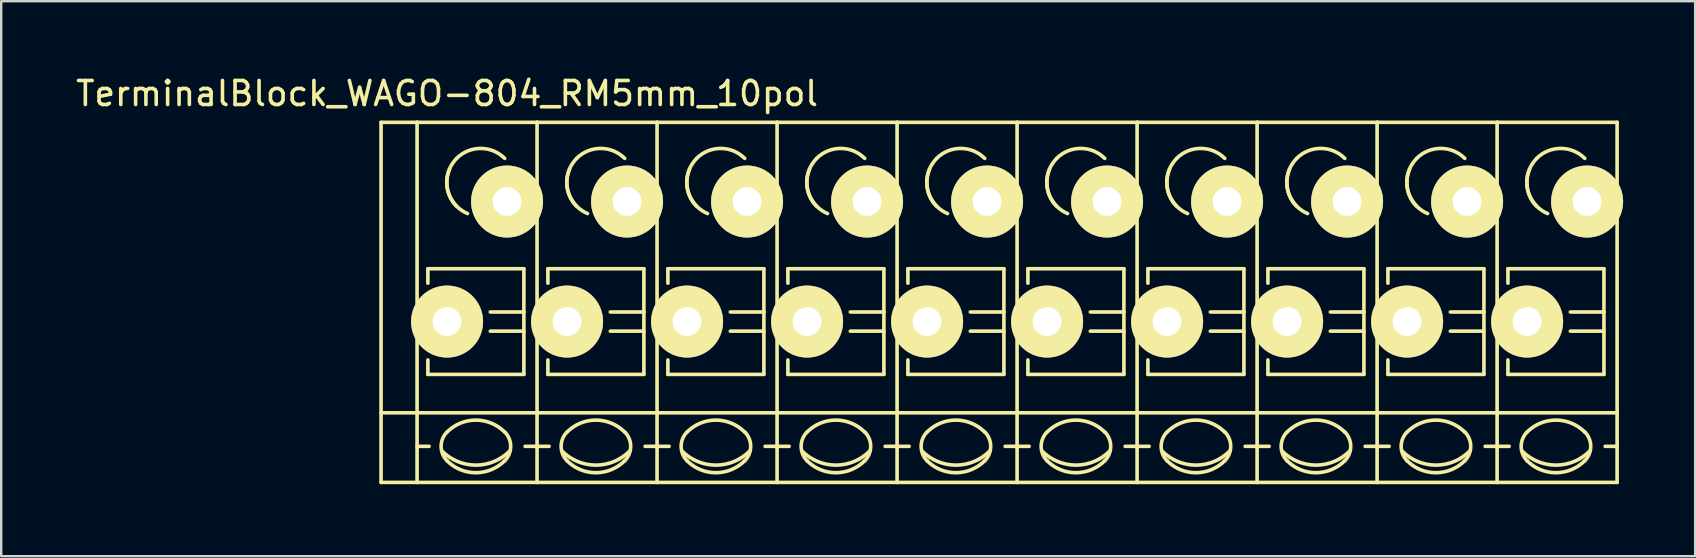
<source format=kicad_pcb>
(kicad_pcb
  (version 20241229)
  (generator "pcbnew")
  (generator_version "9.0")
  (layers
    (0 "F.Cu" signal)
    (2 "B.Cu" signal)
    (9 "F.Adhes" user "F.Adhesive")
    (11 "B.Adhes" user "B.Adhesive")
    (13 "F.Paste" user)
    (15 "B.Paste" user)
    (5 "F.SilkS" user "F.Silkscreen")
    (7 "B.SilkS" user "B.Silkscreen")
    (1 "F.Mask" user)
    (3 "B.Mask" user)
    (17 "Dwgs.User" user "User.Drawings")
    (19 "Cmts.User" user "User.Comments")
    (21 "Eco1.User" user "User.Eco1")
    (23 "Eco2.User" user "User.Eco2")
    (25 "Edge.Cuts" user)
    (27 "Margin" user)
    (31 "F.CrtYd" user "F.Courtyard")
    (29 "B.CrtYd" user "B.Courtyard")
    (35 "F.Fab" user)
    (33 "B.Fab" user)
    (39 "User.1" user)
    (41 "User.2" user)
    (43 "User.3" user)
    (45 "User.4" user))
  (footprint "TerminalBlock_WAGO-804_RM5mm_10pol"
    (layer "F.Cu")
    (at 15.577 10.348)
    (property "Reference" "TerminalBlock_WAGO-804_RM5mm_10pol" (at 0 -9.5 0) (layer "F.SilkS") (effects (font (size 1 1) (thickness 0.15))))
    (attr through_hole)
    (fp_line (start -2.75 -8.3) (end -1.25 -8.3) (stroke (width 0.15) (type solid)) (layer "F.SilkS"))
    (fp_line (start -2.75 6.7) (end -2.75 -8.3) (stroke (width 0.15) (type solid)) (layer "F.SilkS"))
    (fp_line (start -1.25 6.7) (end -2.75 6.7) (stroke (width 0.15) (type solid)) (layer "F.SilkS"))
    (fp_line (start -1.25 5.199) (end -0.749 5.199) (stroke (width 0.15) (type solid)) (layer "F.SilkS"))
    (fp_line (start -1.25 6.701) (end -1.25 -8.301) (stroke (width 0.15) (type solid)) (layer "F.SilkS"))
    (fp_line (start -0.8 -2.2) (end -0.8 -1.6) (stroke (width 0.15) (type solid)) (layer "F.SilkS"))
    (fp_line (start -0.8 -2.2) (end 3.2 -2.2) (stroke (width 0.15) (type solid)) (layer "F.SilkS"))
    (fp_line (start -0.8 2.2) (end -0.8 1.6) (stroke (width 0.15) (type solid)) (layer "F.SilkS"))
    (fp_line (start 3.2 -2.2) (end 3.2 2.2) (stroke (width 0.15) (type solid)) (layer "F.SilkS"))
    (fp_line (start 3.2 -0.399) (end 1.801 -0.399) (stroke (width 0.15) (type solid)) (layer "F.SilkS"))
    (fp_line (start 3.2 0.399) (end 1.801 0.399) (stroke (width 0.15) (type solid)) (layer "F.SilkS"))
    (fp_line (start 3.2 2.2) (end -0.8 2.2) (stroke (width 0.15) (type solid)) (layer "F.SilkS"))
    (fp_line (start 3.749 -8.301) (end -1.25 -8.301) (stroke (width 0.15) (type solid)) (layer "F.SilkS"))
    (fp_line (start 3.749 -8.301) (end 3.749 6.701) (stroke (width 0.15) (type solid)) (layer "F.SilkS"))
    (fp_line (start 3.749 5.199) (end 3.251 5.199) (stroke (width 0.15) (type solid)) (layer "F.SilkS"))
    (fp_line (start 3.749 6.701) (end -1.25 6.701) (stroke (width 0.15) (type solid)) (layer "F.SilkS"))
    (fp_line (start 3.75 3.8) (end -2.75 3.8) (stroke (width 0.15) (type solid)) (layer "F.SilkS"))
    (fp_line (start 3.75 3.8) (end 8.75 3.8) (stroke (width 0.15) (type solid)) (layer "F.SilkS"))
    (fp_line (start 3.75 5.199) (end 4.251 5.199) (stroke (width 0.15) (type solid)) (layer "F.SilkS"))
    (fp_line (start 4.2 -2.2) (end 4.2 -1.6) (stroke (width 0.15) (type solid)) (layer "F.SilkS"))
    (fp_line (start 4.2 -2.2) (end 8.2 -2.2) (stroke (width 0.15) (type solid)) (layer "F.SilkS"))
    (fp_line (start 4.2 2.2) (end 4.2 1.6) (stroke (width 0.15) (type solid)) (layer "F.SilkS"))
    (fp_line (start 8.2 -2.2) (end 8.2 2.2) (stroke (width 0.15) (type solid)) (layer "F.SilkS"))
    (fp_line (start 8.2 -0.399) (end 6.801 -0.399) (stroke (width 0.15) (type solid)) (layer "F.SilkS"))
    (fp_line (start 8.2 0.399) (end 6.801 0.399) (stroke (width 0.15) (type solid)) (layer "F.SilkS"))
    (fp_line (start 8.2 2.2) (end 4.2 2.2) (stroke (width 0.15) (type solid)) (layer "F.SilkS"))
    (fp_line (start 8.749 -8.301) (end 3.75 -8.301) (stroke (width 0.15) (type solid)) (layer "F.SilkS"))
    (fp_line (start 8.749 -8.301) (end 8.749 6.701) (stroke (width 0.15) (type solid)) (layer "F.SilkS"))
    (fp_line (start 8.749 5.199) (end 8.251 5.199) (stroke (width 0.15) (type solid)) (layer "F.SilkS"))
    (fp_line (start 8.749 6.701) (end 3.75 6.701) (stroke (width 0.15) (type solid)) (layer "F.SilkS"))
    (fp_line (start 8.75 3.8) (end 13.75 3.8) (stroke (width 0.15) (type solid)) (layer "F.SilkS"))
    (fp_line (start 8.75 5.199) (end 9.251 5.199) (stroke (width 0.15) (type solid)) (layer "F.SilkS"))
    (fp_line (start 9.2 -2.2) (end 9.2 -1.6) (stroke (width 0.15) (type solid)) (layer "F.SilkS"))
    (fp_line (start 9.2 -2.2) (end 13.2 -2.2) (stroke (width 0.15) (type solid)) (layer "F.SilkS"))
    (fp_line (start 9.2 2.2) (end 9.2 1.6) (stroke (width 0.15) (type solid)) (layer "F.SilkS"))
    (fp_line (start 13.2 -2.2) (end 13.2 2.2) (stroke (width 0.15) (type solid)) (layer "F.SilkS"))
    (fp_line (start 13.2 -0.399) (end 11.801 -0.399) (stroke (width 0.15) (type solid)) (layer "F.SilkS"))
    (fp_line (start 13.2 0.399) (end 11.801 0.399) (stroke (width 0.15) (type solid)) (layer "F.SilkS"))
    (fp_line (start 13.2 2.2) (end 9.2 2.2) (stroke (width 0.15) (type solid)) (layer "F.SilkS"))
    (fp_line (start 13.749 -8.301) (end 8.75 -8.301) (stroke (width 0.15) (type solid)) (layer "F.SilkS"))
    (fp_line (start 13.749 -8.301) (end 13.749 6.701) (stroke (width 0.15) (type solid)) (layer "F.SilkS"))
    (fp_line (start 13.749 5.199) (end 13.251 5.199) (stroke (width 0.15) (type solid)) (layer "F.SilkS"))
    (fp_line (start 13.749 6.701) (end 8.75 6.701) (stroke (width 0.15) (type solid)) (layer "F.SilkS"))
    (fp_line (start 13.75 3.8) (end 18.75 3.8) (stroke (width 0.15) (type solid)) (layer "F.SilkS"))
    (fp_line (start 13.75 5.199) (end 14.251 5.199) (stroke (width 0.15) (type solid)) (layer "F.SilkS"))
    (fp_line (start 14.2 -2.2) (end 14.2 -1.6) (stroke (width 0.15) (type solid)) (layer "F.SilkS"))
    (fp_line (start 14.2 -2.2) (end 18.2 -2.2) (stroke (width 0.15) (type solid)) (layer "F.SilkS"))
    (fp_line (start 14.2 2.2) (end 14.2 1.6) (stroke (width 0.15) (type solid)) (layer "F.SilkS"))
    (fp_line (start 18.2 -2.2) (end 18.2 2.2) (stroke (width 0.15) (type solid)) (layer "F.SilkS"))
    (fp_line (start 18.2 -0.399) (end 16.801 -0.399) (stroke (width 0.15) (type solid)) (layer "F.SilkS"))
    (fp_line (start 18.2 0.399) (end 16.801 0.399) (stroke (width 0.15) (type solid)) (layer "F.SilkS"))
    (fp_line (start 18.2 2.2) (end 14.2 2.2) (stroke (width 0.15) (type solid)) (layer "F.SilkS"))
    (fp_line (start 18.749 -8.301) (end 13.75 -8.301) (stroke (width 0.15) (type solid)) (layer "F.SilkS"))
    (fp_line (start 18.749 -8.301) (end 18.749 6.701) (stroke (width 0.15) (type solid)) (layer "F.SilkS"))
    (fp_line (start 18.749 5.199) (end 18.251 5.199) (stroke (width 0.15) (type solid)) (layer "F.SilkS"))
    (fp_line (start 18.749 6.701) (end 13.75 6.701) (stroke (width 0.15) (type solid)) (layer "F.SilkS"))
    (fp_line (start 18.75 3.8) (end 23.75 3.8) (stroke (width 0.15) (type solid)) (layer "F.SilkS"))
    (fp_line (start 18.75 5.199) (end 19.251 5.199) (stroke (width 0.15) (type solid)) (layer "F.SilkS"))
    (fp_line (start 19.2 -2.2) (end 19.2 -1.6) (stroke (width 0.15) (type solid)) (layer "F.SilkS"))
    (fp_line (start 19.2 -2.2) (end 23.2 -2.2) (stroke (width 0.15) (type solid)) (layer "F.SilkS"))
    (fp_line (start 19.2 2.2) (end 19.2 1.6) (stroke (width 0.15) (type solid)) (layer "F.SilkS"))
    (fp_line (start 23.2 -2.2) (end 23.2 2.2) (stroke (width 0.15) (type solid)) (layer "F.SilkS"))
    (fp_line (start 23.2 -0.399) (end 21.801 -0.399) (stroke (width 0.15) (type solid)) (layer "F.SilkS"))
    (fp_line (start 23.2 0.399) (end 21.801 0.399) (stroke (width 0.15) (type solid)) (layer "F.SilkS"))
    (fp_line (start 23.2 2.2) (end 19.2 2.2) (stroke (width 0.15) (type solid)) (layer "F.SilkS"))
    (fp_line (start 23.749 -8.301) (end 18.75 -8.301) (stroke (width 0.15) (type solid)) (layer "F.SilkS"))
    (fp_line (start 23.749 -8.301) (end 23.749 6.701) (stroke (width 0.15) (type solid)) (layer "F.SilkS"))
    (fp_line (start 23.749 5.199) (end 23.251 5.199) (stroke (width 0.15) (type solid)) (layer "F.SilkS"))
    (fp_line (start 23.749 6.701) (end 18.75 6.701) (stroke (width 0.15) (type solid)) (layer "F.SilkS"))
    (fp_line (start 23.75 3.8) (end 28.75 3.8) (stroke (width 0.15) (type solid)) (layer "F.SilkS"))
    (fp_line (start 23.75 5.199) (end 24.251 5.199) (stroke (width 0.15) (type solid)) (layer "F.SilkS"))
    (fp_line (start 24.2 -2.2) (end 24.2 -1.6) (stroke (width 0.15) (type solid)) (layer "F.SilkS"))
    (fp_line (start 24.2 -2.2) (end 28.2 -2.2) (stroke (width 0.15) (type solid)) (layer "F.SilkS"))
    (fp_line (start 24.2 2.2) (end 24.2 1.6) (stroke (width 0.15) (type solid)) (layer "F.SilkS"))
    (fp_line (start 28.2 -2.2) (end 28.2 2.2) (stroke (width 0.15) (type solid)) (layer "F.SilkS"))
    (fp_line (start 28.2 -0.399) (end 26.801 -0.399) (stroke (width 0.15) (type solid)) (layer "F.SilkS"))
    (fp_line (start 28.2 0.399) (end 26.801 0.399) (stroke (width 0.15) (type solid)) (layer "F.SilkS"))
    (fp_line (start 28.2 2.2) (end 24.2 2.2) (stroke (width 0.15) (type solid)) (layer "F.SilkS"))
    (fp_line (start 28.749 -8.301) (end 23.75 -8.301) (stroke (width 0.15) (type solid)) (layer "F.SilkS"))
    (fp_line (start 28.749 -8.301) (end 28.749 6.701) (stroke (width 0.15) (type solid)) (layer "F.SilkS"))
    (fp_line (start 28.749 5.199) (end 28.251 5.199) (stroke (width 0.15) (type solid)) (layer "F.SilkS"))
    (fp_line (start 28.749 6.701) (end 23.75 6.701) (stroke (width 0.15) (type solid)) (layer "F.SilkS"))
    (fp_line (start 28.75 3.8) (end 33.75 3.8) (stroke (width 0.15) (type solid)) (layer "F.SilkS"))
    (fp_line (start 28.75 5.199) (end 29.251 5.199) (stroke (width 0.15) (type solid)) (layer "F.SilkS"))
    (fp_line (start 29.2 -2.2) (end 29.2 -1.6) (stroke (width 0.15) (type solid)) (layer "F.SilkS"))
    (fp_line (start 29.2 -2.2) (end 33.2 -2.2) (stroke (width 0.15) (type solid)) (layer "F.SilkS"))
    (fp_line (start 29.2 2.2) (end 29.2 1.6) (stroke (width 0.15) (type solid)) (layer "F.SilkS"))
    (fp_line (start 33.2 -2.2) (end 33.2 2.2) (stroke (width 0.15) (type solid)) (layer "F.SilkS"))
    (fp_line (start 33.2 -0.399) (end 31.801 -0.399) (stroke (width 0.15) (type solid)) (layer "F.SilkS"))
    (fp_line (start 33.2 0.399) (end 31.801 0.399) (stroke (width 0.15) (type solid)) (layer "F.SilkS"))
    (fp_line (start 33.2 2.2) (end 29.2 2.2) (stroke (width 0.15) (type solid)) (layer "F.SilkS"))
    (fp_line (start 33.749 -8.301) (end 28.75 -8.301) (stroke (width 0.15) (type solid)) (layer "F.SilkS"))
    (fp_line (start 33.749 -8.301) (end 33.749 6.701) (stroke (width 0.15) (type solid)) (layer "F.SilkS"))
    (fp_line (start 33.749 5.199) (end 33.251 5.199) (stroke (width 0.15) (type solid)) (layer "F.SilkS"))
    (fp_line (start 33.749 6.701) (end 28.75 6.701) (stroke (width 0.15) (type solid)) (layer "F.SilkS"))
    (fp_line (start 33.75 3.8) (end 38.75 3.8) (stroke (width 0.15) (type solid)) (layer "F.SilkS"))
    (fp_line (start 33.75 5.199) (end 34.251 5.199) (stroke (width 0.15) (type solid)) (layer "F.SilkS"))
    (fp_line (start 34.2 -2.2) (end 34.2 -1.6) (stroke (width 0.15) (type solid)) (layer "F.SilkS"))
    (fp_line (start 34.2 -2.2) (end 38.2 -2.2) (stroke (width 0.15) (type solid)) (layer "F.SilkS"))
    (fp_line (start 34.2 2.2) (end 34.2 1.6) (stroke (width 0.15) (type solid)) (layer "F.SilkS"))
    (fp_line (start 38.2 -2.2) (end 38.2 2.2) (stroke (width 0.15) (type solid)) (layer "F.SilkS"))
    (fp_line (start 38.2 -0.399) (end 36.801 -0.399) (stroke (width 0.15) (type solid)) (layer "F.SilkS"))
    (fp_line (start 38.2 0.399) (end 36.801 0.399) (stroke (width 0.15) (type solid)) (layer "F.SilkS"))
    (fp_line (start 38.2 2.2) (end 34.2 2.2) (stroke (width 0.15) (type solid)) (layer "F.SilkS"))
    (fp_line (start 38.749 -8.301) (end 33.75 -8.301) (stroke (width 0.15) (type solid)) (layer "F.SilkS"))
    (fp_line (start 38.749 -8.301) (end 38.749 6.701) (stroke (width 0.15) (type solid)) (layer "F.SilkS"))
    (fp_line (start 38.749 5.199) (end 38.251 5.199) (stroke (width 0.15) (type solid)) (layer "F.SilkS"))
    (fp_line (start 38.749 6.701) (end 33.75 6.701) (stroke (width 0.15) (type solid)) (layer "F.SilkS"))
    (fp_line (start 38.75 3.8) (end 43.75 3.8) (stroke (width 0.15) (type solid)) (layer "F.SilkS"))
    (fp_line (start 38.75 5.199) (end 39.251 5.199) (stroke (width 0.15) (type solid)) (layer "F.SilkS"))
    (fp_line (start 39.2 -2.2) (end 39.2 -1.6) (stroke (width 0.15) (type solid)) (layer "F.SilkS"))
    (fp_line (start 39.2 -2.2) (end 43.2 -2.2) (stroke (width 0.15) (type solid)) (layer "F.SilkS"))
    (fp_line (start 39.2 2.2) (end 39.2 1.6) (stroke (width 0.15) (type solid)) (layer "F.SilkS"))
    (fp_line (start 43.2 -2.2) (end 43.2 2.2) (stroke (width 0.15) (type solid)) (layer "F.SilkS"))
    (fp_line (start 43.2 -0.399) (end 41.801 -0.399) (stroke (width 0.15) (type solid)) (layer "F.SilkS"))
    (fp_line (start 43.2 0.399) (end 41.801 0.399) (stroke (width 0.15) (type solid)) (layer "F.SilkS"))
    (fp_line (start 43.2 2.2) (end 39.2 2.2) (stroke (width 0.15) (type solid)) (layer "F.SilkS"))
    (fp_line (start 43.749 -8.301) (end 38.75 -8.301) (stroke (width 0.15) (type solid)) (layer "F.SilkS"))
    (fp_line (start 43.749 -8.301) (end 43.749 6.701) (stroke (width 0.15) (type solid)) (layer "F.SilkS"))
    (fp_line (start 43.749 5.199) (end 43.251 5.199) (stroke (width 0.15) (type solid)) (layer "F.SilkS"))
    (fp_line (start 43.749 6.701) (end 38.75 6.701) (stroke (width 0.15) (type solid)) (layer "F.SilkS"))
    (fp_line (start 43.75 3.8) (end 48.75 3.8) (stroke (width 0.15) (type solid)) (layer "F.SilkS"))
    (fp_line (start 43.75 5.199) (end 44.251 5.199) (stroke (width 0.15) (type solid)) (layer "F.SilkS"))
    (fp_line (start 44.2 -2.2) (end 44.2 -1.6) (stroke (width 0.15) (type solid)) (layer "F.SilkS"))
    (fp_line (start 44.2 -2.2) (end 48.2 -2.2) (stroke (width 0.15) (type solid)) (layer "F.SilkS"))
    (fp_line (start 44.2 2.2) (end 44.2 1.6) (stroke (width 0.15) (type solid)) (layer "F.SilkS"))
    (fp_line (start 48.2 -2.2) (end 48.2 2.2) (stroke (width 0.15) (type solid)) (layer "F.SilkS"))
    (fp_line (start 48.2 -0.399) (end 46.801 -0.399) (stroke (width 0.15) (type solid)) (layer "F.SilkS"))
    (fp_line (start 48.2 0.399) (end 46.801 0.399) (stroke (width 0.15) (type solid)) (layer "F.SilkS"))
    (fp_line (start 48.2 2.2) (end 44.2 2.2) (stroke (width 0.15) (type solid)) (layer "F.SilkS"))
    (fp_line (start 48.749 -8.301) (end 43.75 -8.301) (stroke (width 0.15) (type solid)) (layer "F.SilkS"))
    (fp_line (start 48.749 -8.301) (end 48.749 6.701) (stroke (width 0.15) (type solid)) (layer "F.SilkS"))
    (fp_line (start 48.749 5.199) (end 48.251 5.199) (stroke (width 0.15) (type solid)) (layer "F.SilkS"))
    (fp_line (start 48.749 6.701) (end 43.75 6.701) (stroke (width 0.15) (type solid)) (layer "F.SilkS"))
    (fp_arc (start 0 4.60248) (mid 1.19888 4.105888) (end 2.39776 4.60248) (stroke (width 0.15) (type solid)) (layer "F.SilkS"))
    (fp_arc (start 0 5.79882) (mid -0.248296 5.19938) (end 0 4.59994) (stroke (width 0.15) (type solid)) (layer "F.SilkS"))
    (fp_arc (start 0.39878 -6.79958) (mid 1.39954 -7.214108) (end 2.4003 -6.79958) (stroke (width 0.15) (type solid)) (layer "F.SilkS"))
    (fp_arc (start 0.39878 -4.8006) (mid -0.013952 -5.800616) (end 0.40132 -6.79958) (stroke (width 0.15) (type solid)) (layer "F.SilkS"))
    (fp_arc (start 0.8509 -4.50088) (mid 0.093811 -5.268985) (end 0.1016 -6.34746) (stroke (width 0.15) (type solid)) (layer "F.SilkS"))
    (fp_arc (start 2.4003 5.79882) (mid 1.200676 6.297208) (end 0 5.80136) (stroke (width 0.15) (type solid)) (layer "F.SilkS"))
    (fp_arc (start 2.40284 4.59994) (mid 2.650392 5.201176) (end 2.4003 5.80136) (stroke (width 0.15) (type solid)) (layer "F.SilkS"))
    (fp_arc (start 2.60096 5.40004) (mid 1.200676 5.981545) (end -0.20066 5.40258) (stroke (width 0.15) (type solid)) (layer "F.SilkS"))
    (fp_arc (start 5 4.60248) (mid 6.19888 4.105888) (end 7.39776 4.60248) (stroke (width 0.15) (type solid)) (layer "F.SilkS"))
    (fp_arc (start 5 5.79882) (mid 4.751704 5.19938) (end 5 4.59994) (stroke (width 0.15) (type solid)) (layer "F.SilkS"))
    (fp_arc (start 5.39878 -6.79958) (mid 6.39954 -7.214108) (end 7.4003 -6.79958) (stroke (width 0.15) (type solid)) (layer "F.SilkS"))
    (fp_arc (start 5.39878 -4.8006) (mid 4.986048 -5.800616) (end 5.40132 -6.79958) (stroke (width 0.15) (type solid)) (layer "F.SilkS"))
    (fp_arc (start 5.8509 -4.50088) (mid 5.093811 -5.268985) (end 5.1016 -6.34746) (stroke (width 0.15) (type solid)) (layer "F.SilkS"))
    (fp_arc (start 7.4003 5.79882) (mid 6.200676 6.297208) (end 5 5.80136) (stroke (width 0.15) (type solid)) (layer "F.SilkS"))
    (fp_arc (start 7.40284 4.59994) (mid 7.650392 5.201176) (end 7.4003 5.80136) (stroke (width 0.15) (type solid)) (layer "F.SilkS"))
    (fp_arc (start 7.60096 5.40004) (mid 6.200676 5.981545) (end 4.79934 5.40258) (stroke (width 0.15) (type solid)) (layer "F.SilkS"))
    (fp_arc (start 10 4.60248) (mid 11.19888 4.105888) (end 12.39776 4.60248) (stroke (width 0.15) (type solid)) (layer "F.SilkS"))
    (fp_arc (start 10 5.79882) (mid 9.751704 5.19938) (end 10 4.59994) (stroke (width 0.15) (type solid)) (layer "F.SilkS"))
    (fp_arc (start 10.39878 -6.79958) (mid 11.39954 -7.214108) (end 12.4003 -6.79958) (stroke (width 0.15) (type solid)) (layer "F.SilkS"))
    (fp_arc (start 10.39878 -4.8006) (mid 9.986048 -5.800616) (end 10.40132 -6.79958) (stroke (width 0.15) (type solid)) (layer "F.SilkS"))
    (fp_arc (start 10.8509 -4.50088) (mid 10.093811 -5.268985) (end 10.1016 -6.34746) (stroke (width 0.15) (type solid)) (layer "F.SilkS"))
    (fp_arc (start 12.4003 5.79882) (mid 11.200676 6.297208) (end 10 5.80136) (stroke (width 0.15) (type solid)) (layer "F.SilkS"))
    (fp_arc (start 12.40284 4.59994) (mid 12.650392 5.201176) (end 12.4003 5.80136) (stroke (width 0.15) (type solid)) (layer "F.SilkS"))
    (fp_arc (start 12.60096 5.40004) (mid 11.200676 5.981545) (end 9.79934 5.40258) (stroke (width 0.15) (type solid)) (layer "F.SilkS"))
    (fp_arc (start 15 4.60248) (mid 16.19888 4.105888) (end 17.39776 4.60248) (stroke (width 0.15) (type solid)) (layer "F.SilkS"))
    (fp_arc (start 15 5.79882) (mid 14.751704 5.19938) (end 15 4.59994) (stroke (width 0.15) (type solid)) (layer "F.SilkS"))
    (fp_arc (start 15.39878 -6.79958) (mid 16.39954 -7.214108) (end 17.4003 -6.79958) (stroke (width 0.15) (type solid)) (layer "F.SilkS"))
    (fp_arc (start 15.39878 -4.8006) (mid 14.986048 -5.800616) (end 15.40132 -6.79958) (stroke (width 0.15) (type solid)) (layer "F.SilkS"))
    (fp_arc (start 15.8509 -4.50088) (mid 15.093811 -5.268985) (end 15.1016 -6.34746) (stroke (width 0.15) (type solid)) (layer "F.SilkS"))
    (fp_arc (start 17.4003 5.79882) (mid 16.200676 6.297208) (end 15 5.80136) (stroke (width 0.15) (type solid)) (layer "F.SilkS"))
    (fp_arc (start 17.40284 4.59994) (mid 17.650392 5.201176) (end 17.4003 5.80136) (stroke (width 0.15) (type solid)) (layer "F.SilkS"))
    (fp_arc (start 17.60096 5.40004) (mid 16.200676 5.981545) (end 14.79934 5.40258) (stroke (width 0.15) (type solid)) (layer "F.SilkS"))
    (fp_arc (start 20 4.60248) (mid 21.19888 4.105888) (end 22.39776 4.60248) (stroke (width 0.15) (type solid)) (layer "F.SilkS"))
    (fp_arc (start 20 5.79882) (mid 19.751704 5.19938) (end 20 4.59994) (stroke (width 0.15) (type solid)) (layer "F.SilkS"))
    (fp_arc (start 20.39878 -6.79958) (mid 21.39954 -7.214108) (end 22.4003 -6.79958) (stroke (width 0.15) (type solid)) (layer "F.SilkS"))
    (fp_arc (start 20.39878 -4.8006) (mid 19.986048 -5.800616) (end 20.40132 -6.79958) (stroke (width 0.15) (type solid)) (layer "F.SilkS"))
    (fp_arc (start 20.8509 -4.50088) (mid 20.093811 -5.268985) (end 20.1016 -6.34746) (stroke (width 0.15) (type solid)) (layer "F.SilkS"))
    (fp_arc (start 22.4003 5.79882) (mid 21.200676 6.297208) (end 20 5.80136) (stroke (width 0.15) (type solid)) (layer "F.SilkS"))
    (fp_arc (start 22.40284 4.59994) (mid 22.650392 5.201176) (end 22.4003 5.80136) (stroke (width 0.15) (type solid)) (layer "F.SilkS"))
    (fp_arc (start 22.60096 5.40004) (mid 21.200676 5.981545) (end 19.79934 5.40258) (stroke (width 0.15) (type solid)) (layer "F.SilkS"))
    (fp_arc (start 25 4.60248) (mid 26.19888 4.105888) (end 27.39776 4.60248) (stroke (width 0.15) (type solid)) (layer "F.SilkS"))
    (fp_arc (start 25 5.79882) (mid 24.751704 5.19938) (end 25 4.59994) (stroke (width 0.15) (type solid)) (layer "F.SilkS"))
    (fp_arc (start 25.39878 -6.79958) (mid 26.39954 -7.214108) (end 27.4003 -6.79958) (stroke (width 0.15) (type solid)) (layer "F.SilkS"))
    (fp_arc (start 25.39878 -4.8006) (mid 24.986048 -5.800616) (end 25.40132 -6.79958) (stroke (width 0.15) (type solid)) (layer "F.SilkS"))
    (fp_arc (start 25.8509 -4.50088) (mid 25.093811 -5.268985) (end 25.1016 -6.34746) (stroke (width 0.15) (type solid)) (layer "F.SilkS"))
    (fp_arc (start 27.4003 5.79882) (mid 26.200676 6.297208) (end 25 5.80136) (stroke (width 0.15) (type solid)) (layer "F.SilkS"))
    (fp_arc (start 27.40284 4.59994) (mid 27.650392 5.201176) (end 27.4003 5.80136) (stroke (width 0.15) (type solid)) (layer "F.SilkS"))
    (fp_arc (start 27.60096 5.40004) (mid 26.200676 5.981545) (end 24.79934 5.40258) (stroke (width 0.15) (type solid)) (layer "F.SilkS"))
    (fp_arc (start 30 4.60248) (mid 31.19888 4.105888) (end 32.39776 4.60248) (stroke (width 0.15) (type solid)) (layer "F.SilkS"))
    (fp_arc (start 30 5.79882) (mid 29.751704 5.19938) (end 30 4.59994) (stroke (width 0.15) (type solid)) (layer "F.SilkS"))
    (fp_arc (start 30.39878 -6.79958) (mid 31.39954 -7.214108) (end 32.4003 -6.79958) (stroke (width 0.15) (type solid)) (layer "F.SilkS"))
    (fp_arc (start 30.39878 -4.8006) (mid 29.986048 -5.800616) (end 30.40132 -6.79958) (stroke (width 0.15) (type solid)) (layer "F.SilkS"))
    (fp_arc (start 30.8509 -4.50088) (mid 30.093811 -5.268985) (end 30.1016 -6.34746) (stroke (width 0.15) (type solid)) (layer "F.SilkS"))
    (fp_arc (start 32.4003 5.79882) (mid 31.200676 6.297208) (end 30 5.80136) (stroke (width 0.15) (type solid)) (layer "F.SilkS"))
    (fp_arc (start 32.40284 4.59994) (mid 32.650392 5.201176) (end 32.4003 5.80136) (stroke (width 0.15) (type solid)) (layer "F.SilkS"))
    (fp_arc (start 32.60096 5.40004) (mid 31.200676 5.981545) (end 29.79934 5.40258) (stroke (width 0.15) (type solid)) (layer "F.SilkS"))
    (fp_arc (start 35 4.60248) (mid 36.19888 4.105888) (end 37.39776 4.60248) (stroke (width 0.15) (type solid)) (layer "F.SilkS"))
    (fp_arc (start 35 5.79882) (mid 34.751704 5.19938) (end 35 4.59994) (stroke (width 0.15) (type solid)) (layer "F.SilkS"))
    (fp_arc (start 35.39878 -6.79958) (mid 36.39954 -7.214108) (end 37.4003 -6.79958) (stroke (width 0.15) (type solid)) (layer "F.SilkS"))
    (fp_arc (start 35.39878 -4.8006) (mid 34.986048 -5.800616) (end 35.40132 -6.79958) (stroke (width 0.15) (type solid)) (layer "F.SilkS"))
    (fp_arc (start 35.8509 -4.50088) (mid 35.093811 -5.268985) (end 35.1016 -6.34746) (stroke (width 0.15) (type solid)) (layer "F.SilkS"))
    (fp_arc (start 37.4003 5.79882) (mid 36.200676 6.297208) (end 35 5.80136) (stroke (width 0.15) (type solid)) (layer "F.SilkS"))
    (fp_arc (start 37.40284 4.59994) (mid 37.650392 5.201176) (end 37.4003 5.80136) (stroke (width 0.15) (type solid)) (layer "F.SilkS"))
    (fp_arc (start 37.60096 5.40004) (mid 36.200676 5.981545) (end 34.79934 5.40258) (stroke (width 0.15) (type solid)) (layer "F.SilkS"))
    (fp_arc (start 40 4.60248) (mid 41.19888 4.105888) (end 42.39776 4.60248) (stroke (width 0.15) (type solid)) (layer "F.SilkS"))
    (fp_arc (start 40 5.79882) (mid 39.751704 5.19938) (end 40 4.59994) (stroke (width 0.15) (type solid)) (layer "F.SilkS"))
    (fp_arc (start 40.39878 -6.79958) (mid 41.39954 -7.214108) (end 42.4003 -6.79958) (stroke (width 0.15) (type solid)) (layer "F.SilkS"))
    (fp_arc (start 40.39878 -4.8006) (mid 39.986048 -5.800616) (end 40.40132 -6.79958) (stroke (width 0.15) (type solid)) (layer "F.SilkS"))
    (fp_arc (start 40.8509 -4.50088) (mid 40.093811 -5.268985) (end 40.1016 -6.34746) (stroke (width 0.15) (type solid)) (layer "F.SilkS"))
    (fp_arc (start 42.4003 5.79882) (mid 41.200676 6.297208) (end 40 5.80136) (stroke (width 0.15) (type solid)) (layer "F.SilkS"))
    (fp_arc (start 42.40284 4.59994) (mid 42.650392 5.201176) (end 42.4003 5.80136) (stroke (width 0.15) (type solid)) (layer "F.SilkS"))
    (fp_arc (start 42.60096 5.40004) (mid 41.200676 5.981545) (end 39.79934 5.40258) (stroke (width 0.15) (type solid)) (layer "F.SilkS"))
    (fp_arc (start 45 4.60248) (mid 46.19888 4.105888) (end 47.39776 4.60248) (stroke (width 0.15) (type solid)) (layer "F.SilkS"))
    (fp_arc (start 45 5.79882) (mid 44.751704 5.19938) (end 45 4.59994) (stroke (width 0.15) (type solid)) (layer "F.SilkS"))
    (fp_arc (start 45.39878 -6.79958) (mid 46.39954 -7.214108) (end 47.4003 -6.79958) (stroke (width 0.15) (type solid)) (layer "F.SilkS"))
    (fp_arc (start 45.39878 -4.8006) (mid 44.986048 -5.800616) (end 45.40132 -6.79958) (stroke (width 0.15) (type solid)) (layer "F.SilkS"))
    (fp_arc (start 45.8509 -4.50088) (mid 45.093811 -5.268985) (end 45.1016 -6.34746) (stroke (width 0.15) (type solid)) (layer "F.SilkS"))
    (fp_arc (start 47.4003 5.79882) (mid 46.200676 6.297208) (end 45 5.80136) (stroke (width 0.15) (type solid)) (layer "F.SilkS"))
    (fp_arc (start 47.40284 4.59994) (mid 47.650392 5.201176) (end 47.4003 5.80136) (stroke (width 0.15) (type solid)) (layer "F.SilkS"))
    (fp_arc (start 47.60096 5.40004) (mid 46.200676 5.981545) (end 44.79934 5.40258) (stroke (width 0.15) (type solid)) (layer "F.SilkS"))
    (pad "1" thru_hole circle (at 0 0) (size 3 3) (drill 1.2) (layers "*.Cu" "*.Mask" "F.SilkS"))
    (pad "1" thru_hole circle (at 2.499 -5.001) (size 3 3) (drill 1.2) (layers "*.Cu" "*.Mask" "F.SilkS"))
    (pad "2" thru_hole circle (at 5 0) (size 3 3) (drill 1.2) (layers "*.Cu" "*.Mask" "F.SilkS"))
    (pad "2" thru_hole circle (at 7.499 -5.001) (size 3 3) (drill 1.2) (layers "*.Cu" "*.Mask" "F.SilkS"))
    (pad "3" thru_hole circle (at 10 0) (size 3 3) (drill 1.2) (layers "*.Cu" "*.Mask" "F.SilkS"))
    (pad "3" thru_hole circle (at 12.499 -5.001) (size 3 3) (drill 1.2) (layers "*.Cu" "*.Mask" "F.SilkS"))
    (pad "4" thru_hole circle (at 15 0) (size 3 3) (drill 1.2) (layers "*.Cu" "*.Mask" "F.SilkS"))
    (pad "4" thru_hole circle (at 17.499 -5.001) (size 3 3) (drill 1.2) (layers "*.Cu" "*.Mask" "F.SilkS"))
    (pad "5" thru_hole circle (at 20 0) (size 3 3) (drill 1.2) (layers "*.Cu" "*.Mask" "F.SilkS"))
    (pad "5" thru_hole circle (at 22.499 -5.001) (size 3 3) (drill 1.2) (layers "*.Cu" "*.Mask" "F.SilkS"))
    (pad "6" thru_hole circle (at 25 0) (size 3 3) (drill 1.2) (layers "*.Cu" "*.Mask" "F.SilkS"))
    (pad "6" thru_hole circle (at 27.499 -5.001) (size 3 3) (drill 1.2) (layers "*.Cu" "*.Mask" "F.SilkS"))
    (pad "7" thru_hole circle (at 30 0) (size 3 3) (drill 1.2) (layers "*.Cu" "*.Mask" "F.SilkS"))
    (pad "7" thru_hole circle (at 32.499 -5.001) (size 3 3) (drill 1.2) (layers "*.Cu" "*.Mask" "F.SilkS"))
    (pad "8" thru_hole circle (at 35 0) (size 3 3) (drill 1.2) (layers "*.Cu" "*.Mask" "F.SilkS"))
    (pad "8" thru_hole circle (at 37.499 -5.001) (size 3 3) (drill 1.2) (layers "*.Cu" "*.Mask" "F.SilkS"))
    (pad "9" thru_hole circle (at 40 0) (size 3 3) (drill 1.2) (layers "*.Cu" "*.Mask" "F.SilkS"))
    (pad "9" thru_hole circle (at 42.499 -5.001) (size 3 3) (drill 1.2) (layers "*.Cu" "*.Mask" "F.SilkS"))
    (pad "10" thru_hole circle (at 45 0) (size 3 3) (drill 1.2) (layers "*.Cu" "*.Mask" "F.SilkS"))
    (pad "10" thru_hole circle (at 47.499 -5.001) (size 3 3) (drill 1.2) (layers "*.Cu" "*.Mask" "F.SilkS")))
  (gr_rect
    (start -3 -3)
    (end 67.577 20.124)
    (stroke (width 0.1) (type default))
    (fill no)
    (layer "Edge.Cuts")))
</source>
